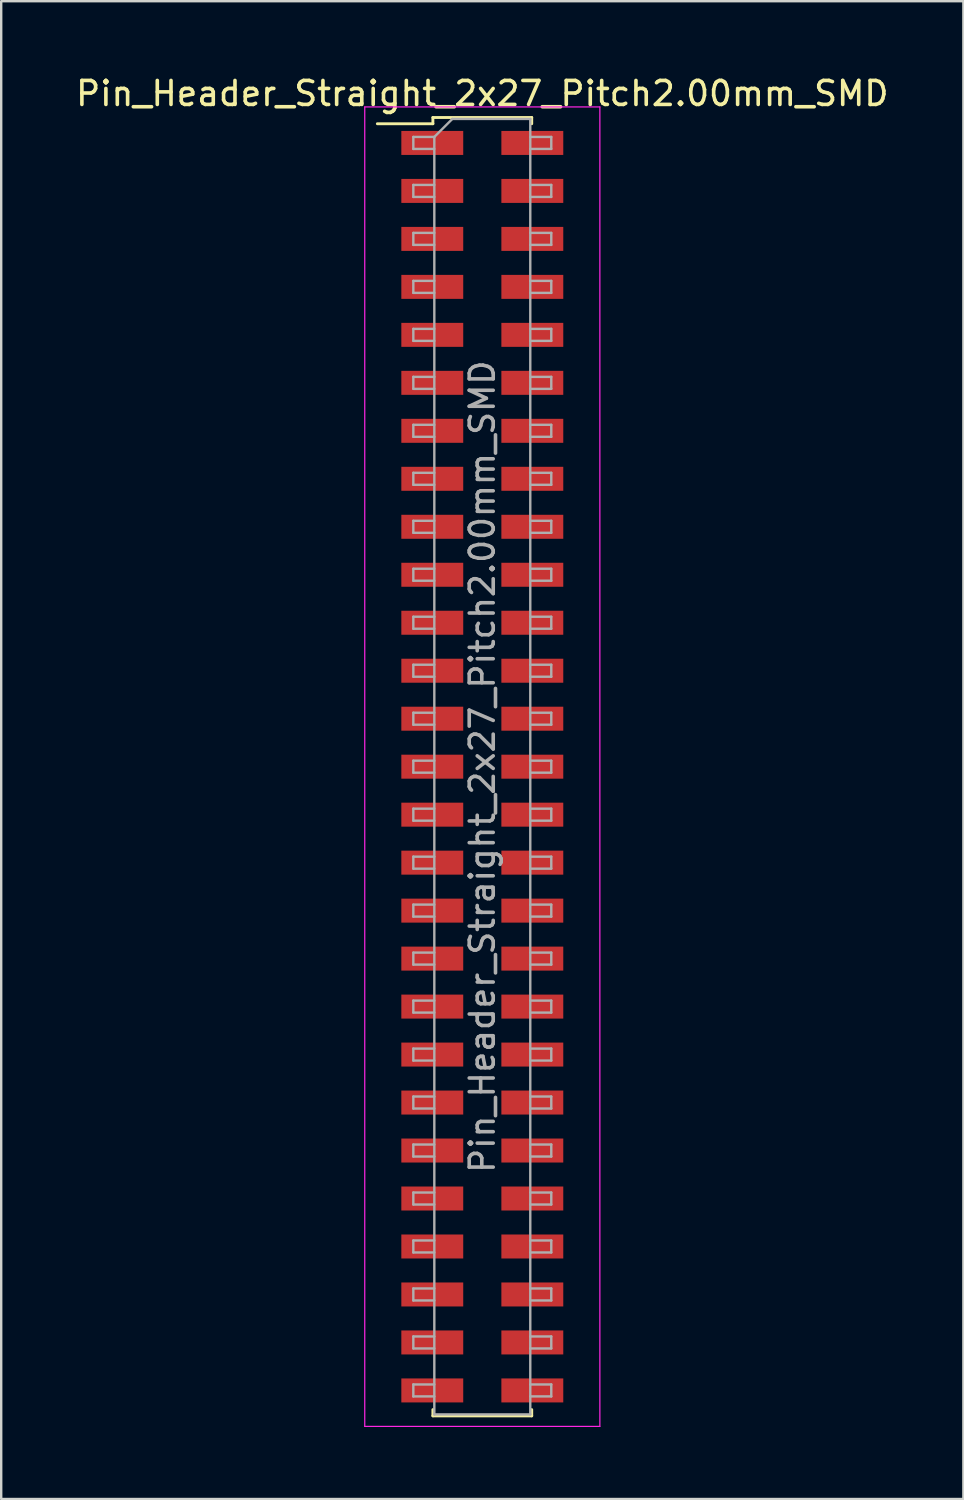
<source format=kicad_pcb>
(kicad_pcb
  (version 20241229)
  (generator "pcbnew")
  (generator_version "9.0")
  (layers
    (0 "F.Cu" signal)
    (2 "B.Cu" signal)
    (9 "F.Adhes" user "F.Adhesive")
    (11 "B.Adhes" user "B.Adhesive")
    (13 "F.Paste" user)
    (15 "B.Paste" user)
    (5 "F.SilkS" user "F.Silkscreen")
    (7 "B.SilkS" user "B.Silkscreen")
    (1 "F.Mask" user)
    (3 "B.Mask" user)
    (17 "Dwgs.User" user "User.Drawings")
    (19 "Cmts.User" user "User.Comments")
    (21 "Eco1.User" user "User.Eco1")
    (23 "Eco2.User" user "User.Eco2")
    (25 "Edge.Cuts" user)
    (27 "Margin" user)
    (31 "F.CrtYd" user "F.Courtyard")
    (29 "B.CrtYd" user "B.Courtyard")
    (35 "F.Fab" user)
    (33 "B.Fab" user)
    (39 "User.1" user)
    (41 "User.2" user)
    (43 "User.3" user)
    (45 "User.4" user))
  (footprint "Pin_Header_Straight_2x27_Pitch2.00mm_SMD"
    (layer "F.Cu")
    (at 17.054 28.908)
    (property "Reference" "Pin_Header_Straight_2x27_Pitch2.00mm_SMD" (at 0 -28.06 0) (layer "F.SilkS") (effects (font (size 1 1) (thickness 0.15))))
    (attr smd)
    (fp_line (start -4.375 -26.8) (end -2.06 -26.8) (stroke (width 0.12) (type solid)) (layer "F.SilkS"))
    (fp_line (start -2.06 -27.06) (end 2.06 -27.06) (stroke (width 0.12) (type solid)) (layer "F.SilkS"))
    (fp_line (start -2.06 -26.8) (end -2.06 -27.06) (stroke (width 0.12) (type solid)) (layer "F.SilkS"))
    (fp_line (start -2.06 26.8) (end -2.06 27.06) (stroke (width 0.12) (type solid)) (layer "F.SilkS"))
    (fp_line (start -2.06 27.06) (end 2.06 27.06) (stroke (width 0.12) (type solid)) (layer "F.SilkS"))
    (fp_line (start 2.06 -27.06) (end 2.06 -26.8) (stroke (width 0.12) (type solid)) (layer "F.SilkS"))
    (fp_line (start 2.06 27.06) (end 2.06 26.8) (stroke (width 0.12) (type solid)) (layer "F.SilkS"))
    (fp_line (start -4.9 -27.5) (end -4.9 27.5) (stroke (width 0.05) (type solid)) (layer "F.CrtYd"))
    (fp_line (start -4.9 27.5) (end 4.9 27.5) (stroke (width 0.05) (type solid)) (layer "F.CrtYd"))
    (fp_line (start 4.9 -27.5) (end -4.9 -27.5) (stroke (width 0.05) (type solid)) (layer "F.CrtYd"))
    (fp_line (start 4.9 27.5) (end 4.9 -27.5) (stroke (width 0.05) (type solid)) (layer "F.CrtYd"))
    (fp_line (start -2.875 -26.25) (end -2.875 -25.75) (stroke (width 0.1) (type solid)) (layer "F.Fab"))
    (fp_line (start -2.875 -25.75) (end -2 -25.75) (stroke (width 0.1) (type solid)) (layer "F.Fab"))
    (fp_line (start -2.875 -24.25) (end -2.875 -23.75) (stroke (width 0.1) (type solid)) (layer "F.Fab"))
    (fp_line (start -2.875 -23.75) (end -2 -23.75) (stroke (width 0.1) (type solid)) (layer "F.Fab"))
    (fp_line (start -2.875 -22.25) (end -2.875 -21.75) (stroke (width 0.1) (type solid)) (layer "F.Fab"))
    (fp_line (start -2.875 -21.75) (end -2 -21.75) (stroke (width 0.1) (type solid)) (layer "F.Fab"))
    (fp_line (start -2.875 -20.25) (end -2.875 -19.75) (stroke (width 0.1) (type solid)) (layer "F.Fab"))
    (fp_line (start -2.875 -19.75) (end -2 -19.75) (stroke (width 0.1) (type solid)) (layer "F.Fab"))
    (fp_line (start -2.875 -18.25) (end -2.875 -17.75) (stroke (width 0.1) (type solid)) (layer "F.Fab"))
    (fp_line (start -2.875 -17.75) (end -2 -17.75) (stroke (width 0.1) (type solid)) (layer "F.Fab"))
    (fp_line (start -2.875 -16.25) (end -2.875 -15.75) (stroke (width 0.1) (type solid)) (layer "F.Fab"))
    (fp_line (start -2.875 -15.75) (end -2 -15.75) (stroke (width 0.1) (type solid)) (layer "F.Fab"))
    (fp_line (start -2.875 -14.25) (end -2.875 -13.75) (stroke (width 0.1) (type solid)) (layer "F.Fab"))
    (fp_line (start -2.875 -13.75) (end -2 -13.75) (stroke (width 0.1) (type solid)) (layer "F.Fab"))
    (fp_line (start -2.875 -12.25) (end -2.875 -11.75) (stroke (width 0.1) (type solid)) (layer "F.Fab"))
    (fp_line (start -2.875 -11.75) (end -2 -11.75) (stroke (width 0.1) (type solid)) (layer "F.Fab"))
    (fp_line (start -2.875 -10.25) (end -2.875 -9.75) (stroke (width 0.1) (type solid)) (layer "F.Fab"))
    (fp_line (start -2.875 -9.75) (end -2 -9.75) (stroke (width 0.1) (type solid)) (layer "F.Fab"))
    (fp_line (start -2.875 -8.25) (end -2.875 -7.75) (stroke (width 0.1) (type solid)) (layer "F.Fab"))
    (fp_line (start -2.875 -7.75) (end -2 -7.75) (stroke (width 0.1) (type solid)) (layer "F.Fab"))
    (fp_line (start -2.875 -6.25) (end -2.875 -5.75) (stroke (width 0.1) (type solid)) (layer "F.Fab"))
    (fp_line (start -2.875 -5.75) (end -2 -5.75) (stroke (width 0.1) (type solid)) (layer "F.Fab"))
    (fp_line (start -2.875 -4.25) (end -2.875 -3.75) (stroke (width 0.1) (type solid)) (layer "F.Fab"))
    (fp_line (start -2.875 -3.75) (end -2 -3.75) (stroke (width 0.1) (type solid)) (layer "F.Fab"))
    (fp_line (start -2.875 -2.25) (end -2.875 -1.75) (stroke (width 0.1) (type solid)) (layer "F.Fab"))
    (fp_line (start -2.875 -1.75) (end -2 -1.75) (stroke (width 0.1) (type solid)) (layer "F.Fab"))
    (fp_line (start -2.875 -0.25) (end -2.875 0.25) (stroke (width 0.1) (type solid)) (layer "F.Fab"))
    (fp_line (start -2.875 0.25) (end -2 0.25) (stroke (width 0.1) (type solid)) (layer "F.Fab"))
    (fp_line (start -2.875 1.75) (end -2.875 2.25) (stroke (width 0.1) (type solid)) (layer "F.Fab"))
    (fp_line (start -2.875 2.25) (end -2 2.25) (stroke (width 0.1) (type solid)) (layer "F.Fab"))
    (fp_line (start -2.875 3.75) (end -2.875 4.25) (stroke (width 0.1) (type solid)) (layer "F.Fab"))
    (fp_line (start -2.875 4.25) (end -2 4.25) (stroke (width 0.1) (type solid)) (layer "F.Fab"))
    (fp_line (start -2.875 5.75) (end -2.875 6.25) (stroke (width 0.1) (type solid)) (layer "F.Fab"))
    (fp_line (start -2.875 6.25) (end -2 6.25) (stroke (width 0.1) (type solid)) (layer "F.Fab"))
    (fp_line (start -2.875 7.75) (end -2.875 8.25) (stroke (width 0.1) (type solid)) (layer "F.Fab"))
    (fp_line (start -2.875 8.25) (end -2 8.25) (stroke (width 0.1) (type solid)) (layer "F.Fab"))
    (fp_line (start -2.875 9.75) (end -2.875 10.25) (stroke (width 0.1) (type solid)) (layer "F.Fab"))
    (fp_line (start -2.875 10.25) (end -2 10.25) (stroke (width 0.1) (type solid)) (layer "F.Fab"))
    (fp_line (start -2.875 11.75) (end -2.875 12.25) (stroke (width 0.1) (type solid)) (layer "F.Fab"))
    (fp_line (start -2.875 12.25) (end -2 12.25) (stroke (width 0.1) (type solid)) (layer "F.Fab"))
    (fp_line (start -2.875 13.75) (end -2.875 14.25) (stroke (width 0.1) (type solid)) (layer "F.Fab"))
    (fp_line (start -2.875 14.25) (end -2 14.25) (stroke (width 0.1) (type solid)) (layer "F.Fab"))
    (fp_line (start -2.875 15.75) (end -2.875 16.25) (stroke (width 0.1) (type solid)) (layer "F.Fab"))
    (fp_line (start -2.875 16.25) (end -2 16.25) (stroke (width 0.1) (type solid)) (layer "F.Fab"))
    (fp_line (start -2.875 17.75) (end -2.875 18.25) (stroke (width 0.1) (type solid)) (layer "F.Fab"))
    (fp_line (start -2.875 18.25) (end -2 18.25) (stroke (width 0.1) (type solid)) (layer "F.Fab"))
    (fp_line (start -2.875 19.75) (end -2.875 20.25) (stroke (width 0.1) (type solid)) (layer "F.Fab"))
    (fp_line (start -2.875 20.25) (end -2 20.25) (stroke (width 0.1) (type solid)) (layer "F.Fab"))
    (fp_line (start -2.875 21.75) (end -2.875 22.25) (stroke (width 0.1) (type solid)) (layer "F.Fab"))
    (fp_line (start -2.875 22.25) (end -2 22.25) (stroke (width 0.1) (type solid)) (layer "F.Fab"))
    (fp_line (start -2.875 23.75) (end -2.875 24.25) (stroke (width 0.1) (type solid)) (layer "F.Fab"))
    (fp_line (start -2.875 24.25) (end -2 24.25) (stroke (width 0.1) (type solid)) (layer "F.Fab"))
    (fp_line (start -2.875 25.75) (end -2.875 26.25) (stroke (width 0.1) (type solid)) (layer "F.Fab"))
    (fp_line (start -2.875 26.25) (end -2 26.25) (stroke (width 0.1) (type solid)) (layer "F.Fab"))
    (fp_line (start -2 -26.25) (end -2.875 -26.25) (stroke (width 0.1) (type solid)) (layer "F.Fab"))
    (fp_line (start -2 -26.25) (end -1.25 -27) (stroke (width 0.1) (type solid)) (layer "F.Fab"))
    (fp_line (start -2 -24.25) (end -2.875 -24.25) (stroke (width 0.1) (type solid)) (layer "F.Fab"))
    (fp_line (start -2 -22.25) (end -2.875 -22.25) (stroke (width 0.1) (type solid)) (layer "F.Fab"))
    (fp_line (start -2 -20.25) (end -2.875 -20.25) (stroke (width 0.1) (type solid)) (layer "F.Fab"))
    (fp_line (start -2 -18.25) (end -2.875 -18.25) (stroke (width 0.1) (type solid)) (layer "F.Fab"))
    (fp_line (start -2 -16.25) (end -2.875 -16.25) (stroke (width 0.1) (type solid)) (layer "F.Fab"))
    (fp_line (start -2 -14.25) (end -2.875 -14.25) (stroke (width 0.1) (type solid)) (layer "F.Fab"))
    (fp_line (start -2 -12.25) (end -2.875 -12.25) (stroke (width 0.1) (type solid)) (layer "F.Fab"))
    (fp_line (start -2 -10.25) (end -2.875 -10.25) (stroke (width 0.1) (type solid)) (layer "F.Fab"))
    (fp_line (start -2 -8.25) (end -2.875 -8.25) (stroke (width 0.1) (type solid)) (layer "F.Fab"))
    (fp_line (start -2 -6.25) (end -2.875 -6.25) (stroke (width 0.1) (type solid)) (layer "F.Fab"))
    (fp_line (start -2 -4.25) (end -2.875 -4.25) (stroke (width 0.1) (type solid)) (layer "F.Fab"))
    (fp_line (start -2 -2.25) (end -2.875 -2.25) (stroke (width 0.1) (type solid)) (layer "F.Fab"))
    (fp_line (start -2 -0.25) (end -2.875 -0.25) (stroke (width 0.1) (type solid)) (layer "F.Fab"))
    (fp_line (start -2 1.75) (end -2.875 1.75) (stroke (width 0.1) (type solid)) (layer "F.Fab"))
    (fp_line (start -2 3.75) (end -2.875 3.75) (stroke (width 0.1) (type solid)) (layer "F.Fab"))
    (fp_line (start -2 5.75) (end -2.875 5.75) (stroke (width 0.1) (type solid)) (layer "F.Fab"))
    (fp_line (start -2 7.75) (end -2.875 7.75) (stroke (width 0.1) (type solid)) (layer "F.Fab"))
    (fp_line (start -2 9.75) (end -2.875 9.75) (stroke (width 0.1) (type solid)) (layer "F.Fab"))
    (fp_line (start -2 11.75) (end -2.875 11.75) (stroke (width 0.1) (type solid)) (layer "F.Fab"))
    (fp_line (start -2 13.75) (end -2.875 13.75) (stroke (width 0.1) (type solid)) (layer "F.Fab"))
    (fp_line (start -2 15.75) (end -2.875 15.75) (stroke (width 0.1) (type solid)) (layer "F.Fab"))
    (fp_line (start -2 17.75) (end -2.875 17.75) (stroke (width 0.1) (type solid)) (layer "F.Fab"))
    (fp_line (start -2 19.75) (end -2.875 19.75) (stroke (width 0.1) (type solid)) (layer "F.Fab"))
    (fp_line (start -2 21.75) (end -2.875 21.75) (stroke (width 0.1) (type solid)) (layer "F.Fab"))
    (fp_line (start -2 23.75) (end -2.875 23.75) (stroke (width 0.1) (type solid)) (layer "F.Fab"))
    (fp_line (start -2 25.75) (end -2.875 25.75) (stroke (width 0.1) (type solid)) (layer "F.Fab"))
    (fp_line (start -2 27) (end -2 -26.25) (stroke (width 0.1) (type solid)) (layer "F.Fab"))
    (fp_line (start -1.25 -27) (end 2 -27) (stroke (width 0.1) (type solid)) (layer "F.Fab"))
    (fp_line (start 2 -27) (end 2 27) (stroke (width 0.1) (type solid)) (layer "F.Fab"))
    (fp_line (start 2 -26.25) (end 2.875 -26.25) (stroke (width 0.1) (type solid)) (layer "F.Fab"))
    (fp_line (start 2 -24.25) (end 2.875 -24.25) (stroke (width 0.1) (type solid)) (layer "F.Fab"))
    (fp_line (start 2 -22.25) (end 2.875 -22.25) (stroke (width 0.1) (type solid)) (layer "F.Fab"))
    (fp_line (start 2 -20.25) (end 2.875 -20.25) (stroke (width 0.1) (type solid)) (layer "F.Fab"))
    (fp_line (start 2 -18.25) (end 2.875 -18.25) (stroke (width 0.1) (type solid)) (layer "F.Fab"))
    (fp_line (start 2 -16.25) (end 2.875 -16.25) (stroke (width 0.1) (type solid)) (layer "F.Fab"))
    (fp_line (start 2 -14.25) (end 2.875 -14.25) (stroke (width 0.1) (type solid)) (layer "F.Fab"))
    (fp_line (start 2 -12.25) (end 2.875 -12.25) (stroke (width 0.1) (type solid)) (layer "F.Fab"))
    (fp_line (start 2 -10.25) (end 2.875 -10.25) (stroke (width 0.1) (type solid)) (layer "F.Fab"))
    (fp_line (start 2 -8.25) (end 2.875 -8.25) (stroke (width 0.1) (type solid)) (layer "F.Fab"))
    (fp_line (start 2 -6.25) (end 2.875 -6.25) (stroke (width 0.1) (type solid)) (layer "F.Fab"))
    (fp_line (start 2 -4.25) (end 2.875 -4.25) (stroke (width 0.1) (type solid)) (layer "F.Fab"))
    (fp_line (start 2 -2.25) (end 2.875 -2.25) (stroke (width 0.1) (type solid)) (layer "F.Fab"))
    (fp_line (start 2 -0.25) (end 2.875 -0.25) (stroke (width 0.1) (type solid)) (layer "F.Fab"))
    (fp_line (start 2 1.75) (end 2.875 1.75) (stroke (width 0.1) (type solid)) (layer "F.Fab"))
    (fp_line (start 2 3.75) (end 2.875 3.75) (stroke (width 0.1) (type solid)) (layer "F.Fab"))
    (fp_line (start 2 5.75) (end 2.875 5.75) (stroke (width 0.1) (type solid)) (layer "F.Fab"))
    (fp_line (start 2 7.75) (end 2.875 7.75) (stroke (width 0.1) (type solid)) (layer "F.Fab"))
    (fp_line (start 2 9.75) (end 2.875 9.75) (stroke (width 0.1) (type solid)) (layer "F.Fab"))
    (fp_line (start 2 11.75) (end 2.875 11.75) (stroke (width 0.1) (type solid)) (layer "F.Fab"))
    (fp_line (start 2 13.75) (end 2.875 13.75) (stroke (width 0.1) (type solid)) (layer "F.Fab"))
    (fp_line (start 2 15.75) (end 2.875 15.75) (stroke (width 0.1) (type solid)) (layer "F.Fab"))
    (fp_line (start 2 17.75) (end 2.875 17.75) (stroke (width 0.1) (type solid)) (layer "F.Fab"))
    (fp_line (start 2 19.75) (end 2.875 19.75) (stroke (width 0.1) (type solid)) (layer "F.Fab"))
    (fp_line (start 2 21.75) (end 2.875 21.75) (stroke (width 0.1) (type solid)) (layer "F.Fab"))
    (fp_line (start 2 23.75) (end 2.875 23.75) (stroke (width 0.1) (type solid)) (layer "F.Fab"))
    (fp_line (start 2 25.75) (end 2.875 25.75) (stroke (width 0.1) (type solid)) (layer "F.Fab"))
    (fp_line (start 2 27) (end -2 27) (stroke (width 0.1) (type solid)) (layer "F.Fab"))
    (fp_line (start 2.875 -26.25) (end 2.875 -25.75) (stroke (width 0.1) (type solid)) (layer "F.Fab"))
    (fp_line (start 2.875 -25.75) (end 2 -25.75) (stroke (width 0.1) (type solid)) (layer "F.Fab"))
    (fp_line (start 2.875 -24.25) (end 2.875 -23.75) (stroke (width 0.1) (type solid)) (layer "F.Fab"))
    (fp_line (start 2.875 -23.75) (end 2 -23.75) (stroke (width 0.1) (type solid)) (layer "F.Fab"))
    (fp_line (start 2.875 -22.25) (end 2.875 -21.75) (stroke (width 0.1) (type solid)) (layer "F.Fab"))
    (fp_line (start 2.875 -21.75) (end 2 -21.75) (stroke (width 0.1) (type solid)) (layer "F.Fab"))
    (fp_line (start 2.875 -20.25) (end 2.875 -19.75) (stroke (width 0.1) (type solid)) (layer "F.Fab"))
    (fp_line (start 2.875 -19.75) (end 2 -19.75) (stroke (width 0.1) (type solid)) (layer "F.Fab"))
    (fp_line (start 2.875 -18.25) (end 2.875 -17.75) (stroke (width 0.1) (type solid)) (layer "F.Fab"))
    (fp_line (start 2.875 -17.75) (end 2 -17.75) (stroke (width 0.1) (type solid)) (layer "F.Fab"))
    (fp_line (start 2.875 -16.25) (end 2.875 -15.75) (stroke (width 0.1) (type solid)) (layer "F.Fab"))
    (fp_line (start 2.875 -15.75) (end 2 -15.75) (stroke (width 0.1) (type solid)) (layer "F.Fab"))
    (fp_line (start 2.875 -14.25) (end 2.875 -13.75) (stroke (width 0.1) (type solid)) (layer "F.Fab"))
    (fp_line (start 2.875 -13.75) (end 2 -13.75) (stroke (width 0.1) (type solid)) (layer "F.Fab"))
    (fp_line (start 2.875 -12.25) (end 2.875 -11.75) (stroke (width 0.1) (type solid)) (layer "F.Fab"))
    (fp_line (start 2.875 -11.75) (end 2 -11.75) (stroke (width 0.1) (type solid)) (layer "F.Fab"))
    (fp_line (start 2.875 -10.25) (end 2.875 -9.75) (stroke (width 0.1) (type solid)) (layer "F.Fab"))
    (fp_line (start 2.875 -9.75) (end 2 -9.75) (stroke (width 0.1) (type solid)) (layer "F.Fab"))
    (fp_line (start 2.875 -8.25) (end 2.875 -7.75) (stroke (width 0.1) (type solid)) (layer "F.Fab"))
    (fp_line (start 2.875 -7.75) (end 2 -7.75) (stroke (width 0.1) (type solid)) (layer "F.Fab"))
    (fp_line (start 2.875 -6.25) (end 2.875 -5.75) (stroke (width 0.1) (type solid)) (layer "F.Fab"))
    (fp_line (start 2.875 -5.75) (end 2 -5.75) (stroke (width 0.1) (type solid)) (layer "F.Fab"))
    (fp_line (start 2.875 -4.25) (end 2.875 -3.75) (stroke (width 0.1) (type solid)) (layer "F.Fab"))
    (fp_line (start 2.875 -3.75) (end 2 -3.75) (stroke (width 0.1) (type solid)) (layer "F.Fab"))
    (fp_line (start 2.875 -2.25) (end 2.875 -1.75) (stroke (width 0.1) (type solid)) (layer "F.Fab"))
    (fp_line (start 2.875 -1.75) (end 2 -1.75) (stroke (width 0.1) (type solid)) (layer "F.Fab"))
    (fp_line (start 2.875 -0.25) (end 2.875 0.25) (stroke (width 0.1) (type solid)) (layer "F.Fab"))
    (fp_line (start 2.875 0.25) (end 2 0.25) (stroke (width 0.1) (type solid)) (layer "F.Fab"))
    (fp_line (start 2.875 1.75) (end 2.875 2.25) (stroke (width 0.1) (type solid)) (layer "F.Fab"))
    (fp_line (start 2.875 2.25) (end 2 2.25) (stroke (width 0.1) (type solid)) (layer "F.Fab"))
    (fp_line (start 2.875 3.75) (end 2.875 4.25) (stroke (width 0.1) (type solid)) (layer "F.Fab"))
    (fp_line (start 2.875 4.25) (end 2 4.25) (stroke (width 0.1) (type solid)) (layer "F.Fab"))
    (fp_line (start 2.875 5.75) (end 2.875 6.25) (stroke (width 0.1) (type solid)) (layer "F.Fab"))
    (fp_line (start 2.875 6.25) (end 2 6.25) (stroke (width 0.1) (type solid)) (layer "F.Fab"))
    (fp_line (start 2.875 7.75) (end 2.875 8.25) (stroke (width 0.1) (type solid)) (layer "F.Fab"))
    (fp_line (start 2.875 8.25) (end 2 8.25) (stroke (width 0.1) (type solid)) (layer "F.Fab"))
    (fp_line (start 2.875 9.75) (end 2.875 10.25) (stroke (width 0.1) (type solid)) (layer "F.Fab"))
    (fp_line (start 2.875 10.25) (end 2 10.25) (stroke (width 0.1) (type solid)) (layer "F.Fab"))
    (fp_line (start 2.875 11.75) (end 2.875 12.25) (stroke (width 0.1) (type solid)) (layer "F.Fab"))
    (fp_line (start 2.875 12.25) (end 2 12.25) (stroke (width 0.1) (type solid)) (layer "F.Fab"))
    (fp_line (start 2.875 13.75) (end 2.875 14.25) (stroke (width 0.1) (type solid)) (layer "F.Fab"))
    (fp_line (start 2.875 14.25) (end 2 14.25) (stroke (width 0.1) (type solid)) (layer "F.Fab"))
    (fp_line (start 2.875 15.75) (end 2.875 16.25) (stroke (width 0.1) (type solid)) (layer "F.Fab"))
    (fp_line (start 2.875 16.25) (end 2 16.25) (stroke (width 0.1) (type solid)) (layer "F.Fab"))
    (fp_line (start 2.875 17.75) (end 2.875 18.25) (stroke (width 0.1) (type solid)) (layer "F.Fab"))
    (fp_line (start 2.875 18.25) (end 2 18.25) (stroke (width 0.1) (type solid)) (layer "F.Fab"))
    (fp_line (start 2.875 19.75) (end 2.875 20.25) (stroke (width 0.1) (type solid)) (layer "F.Fab"))
    (fp_line (start 2.875 20.25) (end 2 20.25) (stroke (width 0.1) (type solid)) (layer "F.Fab"))
    (fp_line (start 2.875 21.75) (end 2.875 22.25) (stroke (width 0.1) (type solid)) (layer "F.Fab"))
    (fp_line (start 2.875 22.25) (end 2 22.25) (stroke (width 0.1) (type solid)) (layer "F.Fab"))
    (fp_line (start 2.875 23.75) (end 2.875 24.25) (stroke (width 0.1) (type solid)) (layer "F.Fab"))
    (fp_line (start 2.875 24.25) (end 2 24.25) (stroke (width 0.1) (type solid)) (layer "F.Fab"))
    (fp_line (start 2.875 25.75) (end 2.875 26.25) (stroke (width 0.1) (type solid)) (layer "F.Fab"))
    (fp_line (start 2.875 26.25) (end 2 26.25) (stroke (width 0.1) (type solid)) (layer "F.Fab"))
    (fp_text user "${REFERENCE}" (at 0 0 90) (layer "F.Fab") (effects (font (size 1 1) (thickness 0.15))))
    (pad "1" smd rect (at -2.085 -26) (size 2.58 1) (layers "F.Cu" "F.Mask" "F.Paste"))
    (pad "2" smd rect (at 2.085 -26) (size 2.58 1) (layers "F.Cu" "F.Mask" "F.Paste"))
    (pad "3" smd rect (at -2.085 -24) (size 2.58 1) (layers "F.Cu" "F.Mask" "F.Paste"))
    (pad "4" smd rect (at 2.085 -24) (size 2.58 1) (layers "F.Cu" "F.Mask" "F.Paste"))
    (pad "5" smd rect (at -2.085 -22) (size 2.58 1) (layers "F.Cu" "F.Mask" "F.Paste"))
    (pad "6" smd rect (at 2.085 -22) (size 2.58 1) (layers "F.Cu" "F.Mask" "F.Paste"))
    (pad "7" smd rect (at -2.085 -20) (size 2.58 1) (layers "F.Cu" "F.Mask" "F.Paste"))
    (pad "8" smd rect (at 2.085 -20) (size 2.58 1) (layers "F.Cu" "F.Mask" "F.Paste"))
    (pad "9" smd rect (at -2.085 -18) (size 2.58 1) (layers "F.Cu" "F.Mask" "F.Paste"))
    (pad "10" smd rect (at 2.085 -18) (size 2.58 1) (layers "F.Cu" "F.Mask" "F.Paste"))
    (pad "11" smd rect (at -2.085 -16) (size 2.58 1) (layers "F.Cu" "F.Mask" "F.Paste"))
    (pad "12" smd rect (at 2.085 -16) (size 2.58 1) (layers "F.Cu" "F.Mask" "F.Paste"))
    (pad "13" smd rect (at -2.085 -14) (size 2.58 1) (layers "F.Cu" "F.Mask" "F.Paste"))
    (pad "14" smd rect (at 2.085 -14) (size 2.58 1) (layers "F.Cu" "F.Mask" "F.Paste"))
    (pad "15" smd rect (at -2.085 -12) (size 2.58 1) (layers "F.Cu" "F.Mask" "F.Paste"))
    (pad "16" smd rect (at 2.085 -12) (size 2.58 1) (layers "F.Cu" "F.Mask" "F.Paste"))
    (pad "17" smd rect (at -2.085 -10) (size 2.58 1) (layers "F.Cu" "F.Mask" "F.Paste"))
    (pad "18" smd rect (at 2.085 -10) (size 2.58 1) (layers "F.Cu" "F.Mask" "F.Paste"))
    (pad "19" smd rect (at -2.085 -8) (size 2.58 1) (layers "F.Cu" "F.Mask" "F.Paste"))
    (pad "20" smd rect (at 2.085 -8) (size 2.58 1) (layers "F.Cu" "F.Mask" "F.Paste"))
    (pad "21" smd rect (at -2.085 -6) (size 2.58 1) (layers "F.Cu" "F.Mask" "F.Paste"))
    (pad "22" smd rect (at 2.085 -6) (size 2.58 1) (layers "F.Cu" "F.Mask" "F.Paste"))
    (pad "23" smd rect (at -2.085 -4) (size 2.58 1) (layers "F.Cu" "F.Mask" "F.Paste"))
    (pad "24" smd rect (at 2.085 -4) (size 2.58 1) (layers "F.Cu" "F.Mask" "F.Paste"))
    (pad "25" smd rect (at -2.085 -2) (size 2.58 1) (layers "F.Cu" "F.Mask" "F.Paste"))
    (pad "26" smd rect (at 2.085 -2) (size 2.58 1) (layers "F.Cu" "F.Mask" "F.Paste"))
    (pad "27" smd rect (at -2.085 0) (size 2.58 1) (layers "F.Cu" "F.Mask" "F.Paste"))
    (pad "28" smd rect (at 2.085 0) (size 2.58 1) (layers "F.Cu" "F.Mask" "F.Paste"))
    (pad "29" smd rect (at -2.085 2) (size 2.58 1) (layers "F.Cu" "F.Mask" "F.Paste"))
    (pad "30" smd rect (at 2.085 2) (size 2.58 1) (layers "F.Cu" "F.Mask" "F.Paste"))
    (pad "31" smd rect (at -2.085 4) (size 2.58 1) (layers "F.Cu" "F.Mask" "F.Paste"))
    (pad "32" smd rect (at 2.085 4) (size 2.58 1) (layers "F.Cu" "F.Mask" "F.Paste"))
    (pad "33" smd rect (at -2.085 6) (size 2.58 1) (layers "F.Cu" "F.Mask" "F.Paste"))
    (pad "34" smd rect (at 2.085 6) (size 2.58 1) (layers "F.Cu" "F.Mask" "F.Paste"))
    (pad "35" smd rect (at -2.085 8) (size 2.58 1) (layers "F.Cu" "F.Mask" "F.Paste"))
    (pad "36" smd rect (at 2.085 8) (size 2.58 1) (layers "F.Cu" "F.Mask" "F.Paste"))
    (pad "37" smd rect (at -2.085 10) (size 2.58 1) (layers "F.Cu" "F.Mask" "F.Paste"))
    (pad "38" smd rect (at 2.085 10) (size 2.58 1) (layers "F.Cu" "F.Mask" "F.Paste"))
    (pad "39" smd rect (at -2.085 12) (size 2.58 1) (layers "F.Cu" "F.Mask" "F.Paste"))
    (pad "40" smd rect (at 2.085 12) (size 2.58 1) (layers "F.Cu" "F.Mask" "F.Paste"))
    (pad "41" smd rect (at -2.085 14) (size 2.58 1) (layers "F.Cu" "F.Mask" "F.Paste"))
    (pad "42" smd rect (at 2.085 14) (size 2.58 1) (layers "F.Cu" "F.Mask" "F.Paste"))
    (pad "43" smd rect (at -2.085 16) (size 2.58 1) (layers "F.Cu" "F.Mask" "F.Paste"))
    (pad "44" smd rect (at 2.085 16) (size 2.58 1) (layers "F.Cu" "F.Mask" "F.Paste"))
    (pad "45" smd rect (at -2.085 18) (size 2.58 1) (layers "F.Cu" "F.Mask" "F.Paste"))
    (pad "46" smd rect (at 2.085 18) (size 2.58 1) (layers "F.Cu" "F.Mask" "F.Paste"))
    (pad "47" smd rect (at -2.085 20) (size 2.58 1) (layers "F.Cu" "F.Mask" "F.Paste"))
    (pad "48" smd rect (at 2.085 20) (size 2.58 1) (layers "F.Cu" "F.Mask" "F.Paste"))
    (pad "49" smd rect (at -2.085 22) (size 2.58 1) (layers "F.Cu" "F.Mask" "F.Paste"))
    (pad "50" smd rect (at 2.085 22) (size 2.58 1) (layers "F.Cu" "F.Mask" "F.Paste"))
    (pad "51" smd rect (at -2.085 24) (size 2.58 1) (layers "F.Cu" "F.Mask" "F.Paste"))
    (pad "52" smd rect (at 2.085 24) (size 2.58 1) (layers "F.Cu" "F.Mask" "F.Paste"))
    (pad "53" smd rect (at -2.085 26) (size 2.58 1) (layers "F.Cu" "F.Mask" "F.Paste"))
    (pad "54" smd rect (at 2.085 26) (size 2.58 1) (layers "F.Cu" "F.Mask" "F.Paste")))
  (gr_rect
    (start -3 -3)
    (end 37.107 59.433)
    (stroke (width 0.1) (type default))
    (fill no)
    (layer "Edge.Cuts")))
</source>
